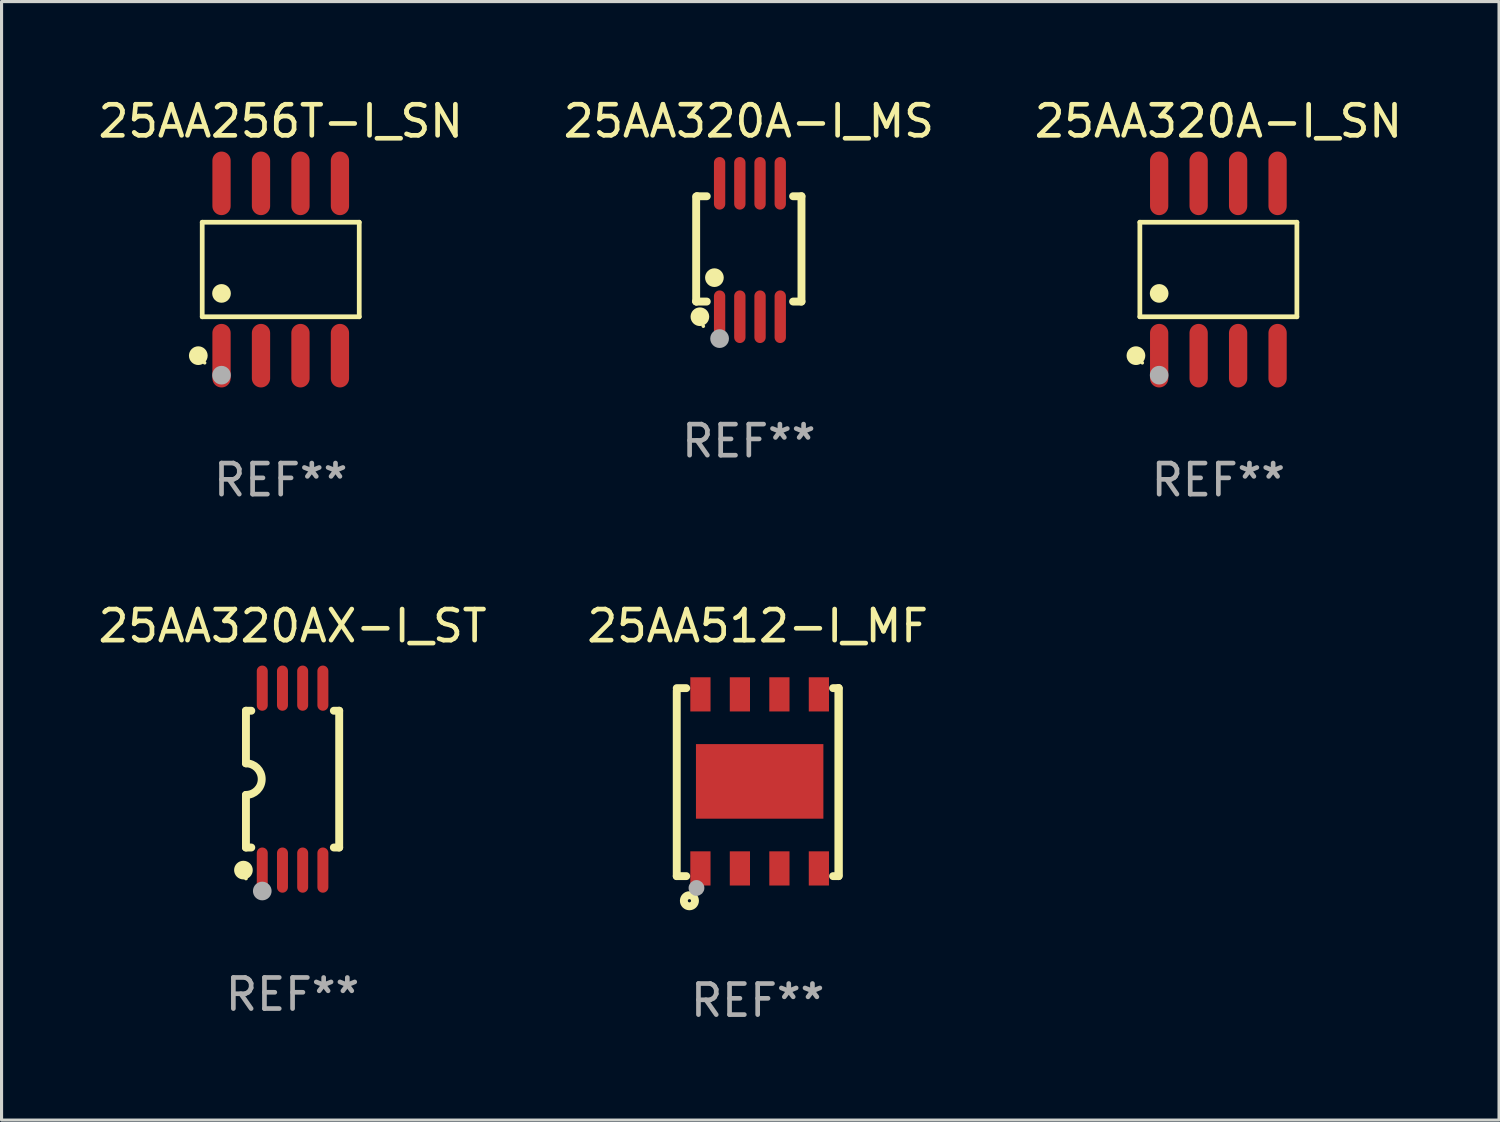
<source format=kicad_pcb>
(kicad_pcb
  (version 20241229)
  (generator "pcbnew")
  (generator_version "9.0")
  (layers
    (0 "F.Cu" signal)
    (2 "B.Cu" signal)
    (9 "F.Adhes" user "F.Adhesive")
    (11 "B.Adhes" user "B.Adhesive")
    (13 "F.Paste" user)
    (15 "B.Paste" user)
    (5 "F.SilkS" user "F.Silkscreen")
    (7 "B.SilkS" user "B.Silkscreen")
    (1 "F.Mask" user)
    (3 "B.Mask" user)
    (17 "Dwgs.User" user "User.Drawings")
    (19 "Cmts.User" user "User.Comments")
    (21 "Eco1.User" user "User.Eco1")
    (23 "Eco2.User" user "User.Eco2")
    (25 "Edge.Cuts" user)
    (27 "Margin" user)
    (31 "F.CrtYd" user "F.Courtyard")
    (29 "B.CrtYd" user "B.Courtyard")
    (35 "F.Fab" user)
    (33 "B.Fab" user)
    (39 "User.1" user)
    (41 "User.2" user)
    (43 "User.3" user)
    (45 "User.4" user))
  (footprint "25AA512-I_MF"
    (layer "F.Cu")
    (at 21.327 22.114)
    (property "Reference" "25AA512-I_MF" (at 0 -5.024 0) (layer "F.SilkS") (effects (font (size 1 1) (thickness 0.15))))
    (attr through_hole)
    (fp_line (start -2.604 -2.945) (end -2.604 3.024) (stroke (width 0.254) (type solid)) (layer "F.SilkS"))
    (fp_line (start -2.604 3.024) (end -2.298 3.024) (stroke (width 0.254) (type solid)) (layer "F.SilkS"))
    (fp_line (start -2.298 -3.024) (end -2.604 -3.024) (stroke (width 0.254) (type solid)) (layer "F.SilkS"))
    (fp_line (start 2.425 3.024) (end 2.604 3.024) (stroke (width 0.254) (type solid)) (layer "F.SilkS"))
    (fp_line (start 2.604 -3.024) (end 2.425 -3.024) (stroke (width 0.254) (type solid)) (layer "F.SilkS"))
    (fp_line (start 2.604 -3.024) (end 2.604 2.976) (stroke (width 0.254) (type solid)) (layer "F.SilkS"))
    (fp_line (start 2.604 3.024) (end 2.604 -3.024) (stroke (width 0.254) (type solid)) (layer "F.SilkS"))
    (fp_circle (center -2.437 2.976) (end -2.407 2.976) (stroke (width 0.06) (type solid)) (fill no) (layer "F.SilkS"))
    (fp_circle (center -2.196 3.816) (end -2.017 3.816) (stroke (width 0.254) (type solid)) (fill no) (layer "F.SilkS"))
    (fp_circle (center -1.969 3.405) (end -1.842 3.405) (stroke (width 0.254) (type solid)) (fill no) (layer "F.Fab"))
    (fp_text user "REF**" (at 0 7.024 0) (layer "F.Fab") (effects (font (size 1 1) (thickness 0.15))))
    (pad "1" smd rect (at -1.842 2.776) (size 0.65 1.1) (layers "F.Cu" "F.Mask" "F.Paste"))
    (pad "2" smd rect (at -0.572 2.776) (size 0.65 1.1) (layers "F.Cu" "F.Mask" "F.Paste"))
    (pad "3" smd rect (at 0.699 2.776) (size 0.65 1.1) (layers "F.Cu" "F.Mask" "F.Paste"))
    (pad "4" smd rect (at 1.969 2.776) (size 0.65 1.1) (layers "F.Cu" "F.Mask" "F.Paste"))
    (pad "5" smd rect (at 1.969 -2.824) (size 0.65 1.1) (layers "F.Cu" "F.Mask" "F.Paste"))
    (pad "6" smd rect (at 0.699 -2.824) (size 0.65 1.1) (layers "F.Cu" "F.Mask" "F.Paste"))
    (pad "7" smd rect (at -0.572 -2.824) (size 0.65 1.1) (layers "F.Cu" "F.Mask" "F.Paste"))
    (pad "8" smd rect (at -1.842 -2.824) (size 0.65 1.1) (layers "F.Cu" "F.Mask" "F.Paste"))
    (pad "9" smd rect (at 0.064 -0.024) (size 4.1 2.4) (layers "F.Cu" "F.Mask" "F.Paste")))
  (footprint "25AA320A-I_SN"
    (layer "F.Cu")
    (at 36.149 5.621)
    (property "Reference" "25AA320A-I_SN" (at 0 -4.772 0) (layer "F.SilkS") (effects (font (size 1 1) (thickness 0.15))))
    (attr through_hole)
    (fp_line (start -2.526 -1.521) (end 2.526 -1.521) (stroke (width 0.152) (type solid)) (layer "F.SilkS"))
    (fp_line (start -2.526 1.521) (end -2.526 -1.521) (stroke (width 0.152) (type solid)) (layer "F.SilkS"))
    (fp_line (start 2.526 -1.521) (end 2.526 1.521) (stroke (width 0.152) (type solid)) (layer "F.SilkS"))
    (fp_line (start 2.526 1.521) (end -2.526 1.521) (stroke (width 0.152) (type solid)) (layer "F.SilkS"))
    (fp_circle (center -2.652 2.772) (end -2.501 2.772) (stroke (width 0.3) (type solid)) (fill no) (layer "F.SilkS"))
    (fp_circle (center -2.45 3) (end -2.42 3) (stroke (width 0.06) (type solid)) (fill no) (layer "F.SilkS"))
    (fp_circle (center -1.905 0.769) (end -1.755 0.769) (stroke (width 0.3) (type solid)) (fill no) (layer "F.SilkS"))
    (fp_circle (center -1.905 3.4) (end -1.755 3.4) (stroke (width 0.3) (type solid)) (fill no) (layer "F.Fab"))
    (fp_text user "REF**" (at 0 6.772 0) (layer "F.Fab") (effects (font (size 1 1) (thickness 0.15))))
    (pad "1" smd oval (at -1.905 2.772) (size 0.588 2.045) (layers "F.Cu" "F.Mask" "F.Paste"))
    (pad "2" smd oval (at -0.635 2.772) (size 0.588 2.045) (layers "F.Cu" "F.Mask" "F.Paste"))
    (pad "3" smd oval (at 0.635 2.772) (size 0.588 2.045) (layers "F.Cu" "F.Mask" "F.Paste"))
    (pad "4" smd oval (at 1.905 2.772) (size 0.588 2.045) (layers "F.Cu" "F.Mask" "F.Paste"))
    (pad "5" smd oval (at 1.905 -2.772) (size 0.588 2.045) (layers "F.Cu" "F.Mask" "F.Paste"))
    (pad "6" smd oval (at 0.635 -2.772) (size 0.588 2.045) (layers "F.Cu" "F.Mask" "F.Paste"))
    (pad "7" smd oval (at -0.635 -2.772) (size 0.588 2.045) (layers "F.Cu" "F.Mask" "F.Paste"))
    (pad "8" smd oval (at -1.905 -2.772) (size 0.588 2.045) (layers "F.Cu" "F.Mask" "F.Paste")))
  (footprint "25AA320A-I_MS"
    (layer "F.Cu")
    (at 21.042 4.994)
    (property "Reference" "25AA320A-I_MS" (at 0 -4.146 0) (layer "F.SilkS") (effects (font (size 1 1) (thickness 0.15))))
    (attr through_hole)
    (fp_line (start -1.694 -1.724) (end -1.694 1.652) (stroke (width 0.254) (type solid)) (layer "F.SilkS"))
    (fp_line (start -1.694 1.652) (end -1.688 1.658) (stroke (width 0.254) (type solid)) (layer "F.SilkS"))
    (fp_line (start -1.688 1.658) (end -1.353 1.658) (stroke (width 0.254) (type solid)) (layer "F.SilkS"))
    (fp_line (start -1.661 -1.73) (end -1.681 -1.71) (stroke (width 0.254) (type solid)) (layer "F.SilkS"))
    (fp_line (start -1.353 -1.73) (end -1.661 -1.73) (stroke (width 0.254) (type solid)) (layer "F.SilkS"))
    (fp_line (start 1.424 1.658) (end 1.694 1.658) (stroke (width 0.254) (type solid)) (layer "F.SilkS"))
    (fp_line (start 1.694 -1.73) (end 1.424 -1.73) (stroke (width 0.254) (type solid)) (layer "F.SilkS"))
    (fp_line (start 1.694 1.658) (end 1.694 -1.73) (stroke (width 0.254) (type solid)) (layer "F.SilkS"))
    (fp_circle (center -1.574 2.146) (end -1.424 2.146) (stroke (width 0.3) (type solid)) (fill no) (layer "F.SilkS"))
    (fp_circle (center -1.464 2.45) (end -1.434 2.45) (stroke (width 0.06) (type solid)) (fill no) (layer "F.SilkS"))
    (fp_circle (center -1.107 0.889) (end -0.957 0.889) (stroke (width 0.3) (type solid)) (fill no) (layer "F.SilkS"))
    (fp_circle (center -0.94 2.85) (end -0.789 2.85) (stroke (width 0.3) (type solid)) (fill no) (layer "F.Fab"))
    (fp_text user "REF**" (at 0 6.146 0) (layer "F.Fab") (effects (font (size 1 1) (thickness 0.15))))
    (pad "1" smd oval (at -0.94 2.146) (size 0.364 1.692) (layers "F.Cu" "F.Mask" "F.Paste"))
    (pad "2" smd oval (at -0.289 2.146) (size 0.364 1.692) (layers "F.Cu" "F.Mask" "F.Paste"))
    (pad "3" smd oval (at 0.361 2.146) (size 0.364 1.692) (layers "F.Cu" "F.Mask" "F.Paste"))
    (pad "4" smd oval (at 1.011 2.146) (size 0.364 1.692) (layers "F.Cu" "F.Mask" "F.Paste"))
    (pad "5" smd oval (at 1.011 -2.146) (size 0.364 1.692) (layers "F.Cu" "F.Mask" "F.Paste"))
    (pad "6" smd oval (at 0.361 -2.146) (size 0.364 1.692) (layers "F.Cu" "F.Mask" "F.Paste"))
    (pad "7" smd oval (at -0.289 -2.146) (size 0.364 1.692) (layers "F.Cu" "F.Mask" "F.Paste"))
    (pad "8" smd oval (at -0.94 -2.146) (size 0.364 1.692) (layers "F.Cu" "F.Mask" "F.Paste")))
  (footprint "25AA320AX-I_ST"
    (layer "F.Cu")
    (at 6.363 22.017)
    (property "Reference" "25AA320AX-I_ST" (at 0 -4.927 0) (layer "F.SilkS") (effects (font (size 1 1) (thickness 0.15))))
    (attr through_hole)
    (fp_line (start -1.5 -2.2) (end -1.5 -0.508) (stroke (width 0.254) (type solid)) (layer "F.SilkS"))
    (fp_line (start -1.5 -2.2) (end -1.328 -2.2) (stroke (width 0.254) (type solid)) (layer "F.SilkS"))
    (fp_line (start -1.5 2.2) (end -1.5 0.508) (stroke (width 0.254) (type solid)) (layer "F.SilkS"))
    (fp_line (start -1.5 2.2) (end -1.328 2.2) (stroke (width 0.254) (type solid)) (layer "F.SilkS"))
    (fp_line (start 1.328 -2.2) (end 1.5 -2.2) (stroke (width 0.254) (type solid)) (layer "F.SilkS"))
    (fp_line (start 1.328 2.2) (end 1.5 2.2) (stroke (width 0.254) (type solid)) (layer "F.SilkS"))
    (fp_line (start 1.5 -2.2) (end 1.5 2.2) (stroke (width 0.254) (type solid)) (layer "F.SilkS"))
    (fp_arc (start -1.501144 -0.508) (mid -0.993143 -0.000571) (end -1.5 0.508001) (stroke (width 0.254001) (type solid)) (layer "F.SilkS"))
    (fp_circle (center -1.581 2.927) (end -1.431 2.927) (stroke (width 0.3) (type solid)) (fill no) (layer "F.SilkS"))
    (fp_circle (center -1.5 3.2) (end -1.47 3.2) (stroke (width 0.06) (type solid)) (fill no) (layer "F.SilkS"))
    (fp_circle (center -0.975 3.6) (end -0.825 3.6) (stroke (width 0.3) (type solid)) (fill no) (layer "F.Fab"))
    (fp_text user "REF**" (at 0 6.927 0) (layer "F.Fab") (effects (font (size 1 1) (thickness 0.15))))
    (pad "1" smd oval (at -0.975 2.927) (size 0.353 1.454) (layers "F.Cu" "F.Mask" "F.Paste"))
    (pad "2" smd oval (at -0.325 2.927) (size 0.353 1.454) (layers "F.Cu" "F.Mask" "F.Paste"))
    (pad "3" smd oval (at 0.325 2.927) (size 0.353 1.454) (layers "F.Cu" "F.Mask" "F.Paste"))
    (pad "4" smd oval (at 0.975 2.927) (size 0.353 1.454) (layers "F.Cu" "F.Mask" "F.Paste"))
    (pad "5" smd oval (at 0.975 -2.927) (size 0.353 1.454) (layers "F.Cu" "F.Mask" "F.Paste"))
    (pad "6" smd oval (at 0.325 -2.927) (size 0.353 1.454) (layers "F.Cu" "F.Mask" "F.Paste"))
    (pad "7" smd oval (at -0.325 -2.927) (size 0.353 1.454) (layers "F.Cu" "F.Mask" "F.Paste"))
    (pad "8" smd oval (at -0.975 -2.927) (size 0.353 1.454) (layers "F.Cu" "F.Mask" "F.Paste")))
  (footprint "25AA256T-I_SN"
    (layer "F.Cu")
    (at 5.982 5.621)
    (property "Reference" "25AA256T-I_SN" (at 0 -4.772 0) (layer "F.SilkS") (effects (font (size 1 1) (thickness 0.15))))
    (attr through_hole)
    (fp_line (start -2.526 -1.521) (end 2.526 -1.521) (stroke (width 0.152) (type solid)) (layer "F.SilkS"))
    (fp_line (start -2.526 1.521) (end -2.526 -1.521) (stroke (width 0.152) (type solid)) (layer "F.SilkS"))
    (fp_line (start 2.526 -1.521) (end 2.526 1.521) (stroke (width 0.152) (type solid)) (layer "F.SilkS"))
    (fp_line (start 2.526 1.521) (end -2.526 1.521) (stroke (width 0.152) (type solid)) (layer "F.SilkS"))
    (fp_circle (center -2.652 2.772) (end -2.501 2.772) (stroke (width 0.3) (type solid)) (fill no) (layer "F.SilkS"))
    (fp_circle (center -2.45 3) (end -2.42 3) (stroke (width 0.06) (type solid)) (fill no) (layer "F.SilkS"))
    (fp_circle (center -1.905 0.769) (end -1.755 0.769) (stroke (width 0.3) (type solid)) (fill no) (layer "F.SilkS"))
    (fp_circle (center -1.905 3.4) (end -1.755 3.4) (stroke (width 0.3) (type solid)) (fill no) (layer "F.Fab"))
    (fp_text user "REF**" (at 0 6.772 0) (layer "F.Fab") (effects (font (size 1 1) (thickness 0.15))))
    (pad "1" smd oval (at -1.905 2.772) (size 0.588 2.045) (layers "F.Cu" "F.Mask" "F.Paste"))
    (pad "2" smd oval (at -0.635 2.772) (size 0.588 2.045) (layers "F.Cu" "F.Mask" "F.Paste"))
    (pad "3" smd oval (at 0.635 2.772) (size 0.588 2.045) (layers "F.Cu" "F.Mask" "F.Paste"))
    (pad "4" smd oval (at 1.905 2.772) (size 0.588 2.045) (layers "F.Cu" "F.Mask" "F.Paste"))
    (pad "5" smd oval (at 1.905 -2.772) (size 0.588 2.045) (layers "F.Cu" "F.Mask" "F.Paste"))
    (pad "6" smd oval (at 0.635 -2.772) (size 0.588 2.045) (layers "F.Cu" "F.Mask" "F.Paste"))
    (pad "7" smd oval (at -0.635 -2.772) (size 0.588 2.045) (layers "F.Cu" "F.Mask" "F.Paste"))
    (pad "8" smd oval (at -1.905 -2.772) (size 0.588 2.045) (layers "F.Cu" "F.Mask" "F.Paste")))
  (gr_rect
    (start -3 -3)
    (end 45.179 32.986)
    (stroke (width 0.1) (type default))
    (fill no)
    (layer "Edge.Cuts")))
</source>
